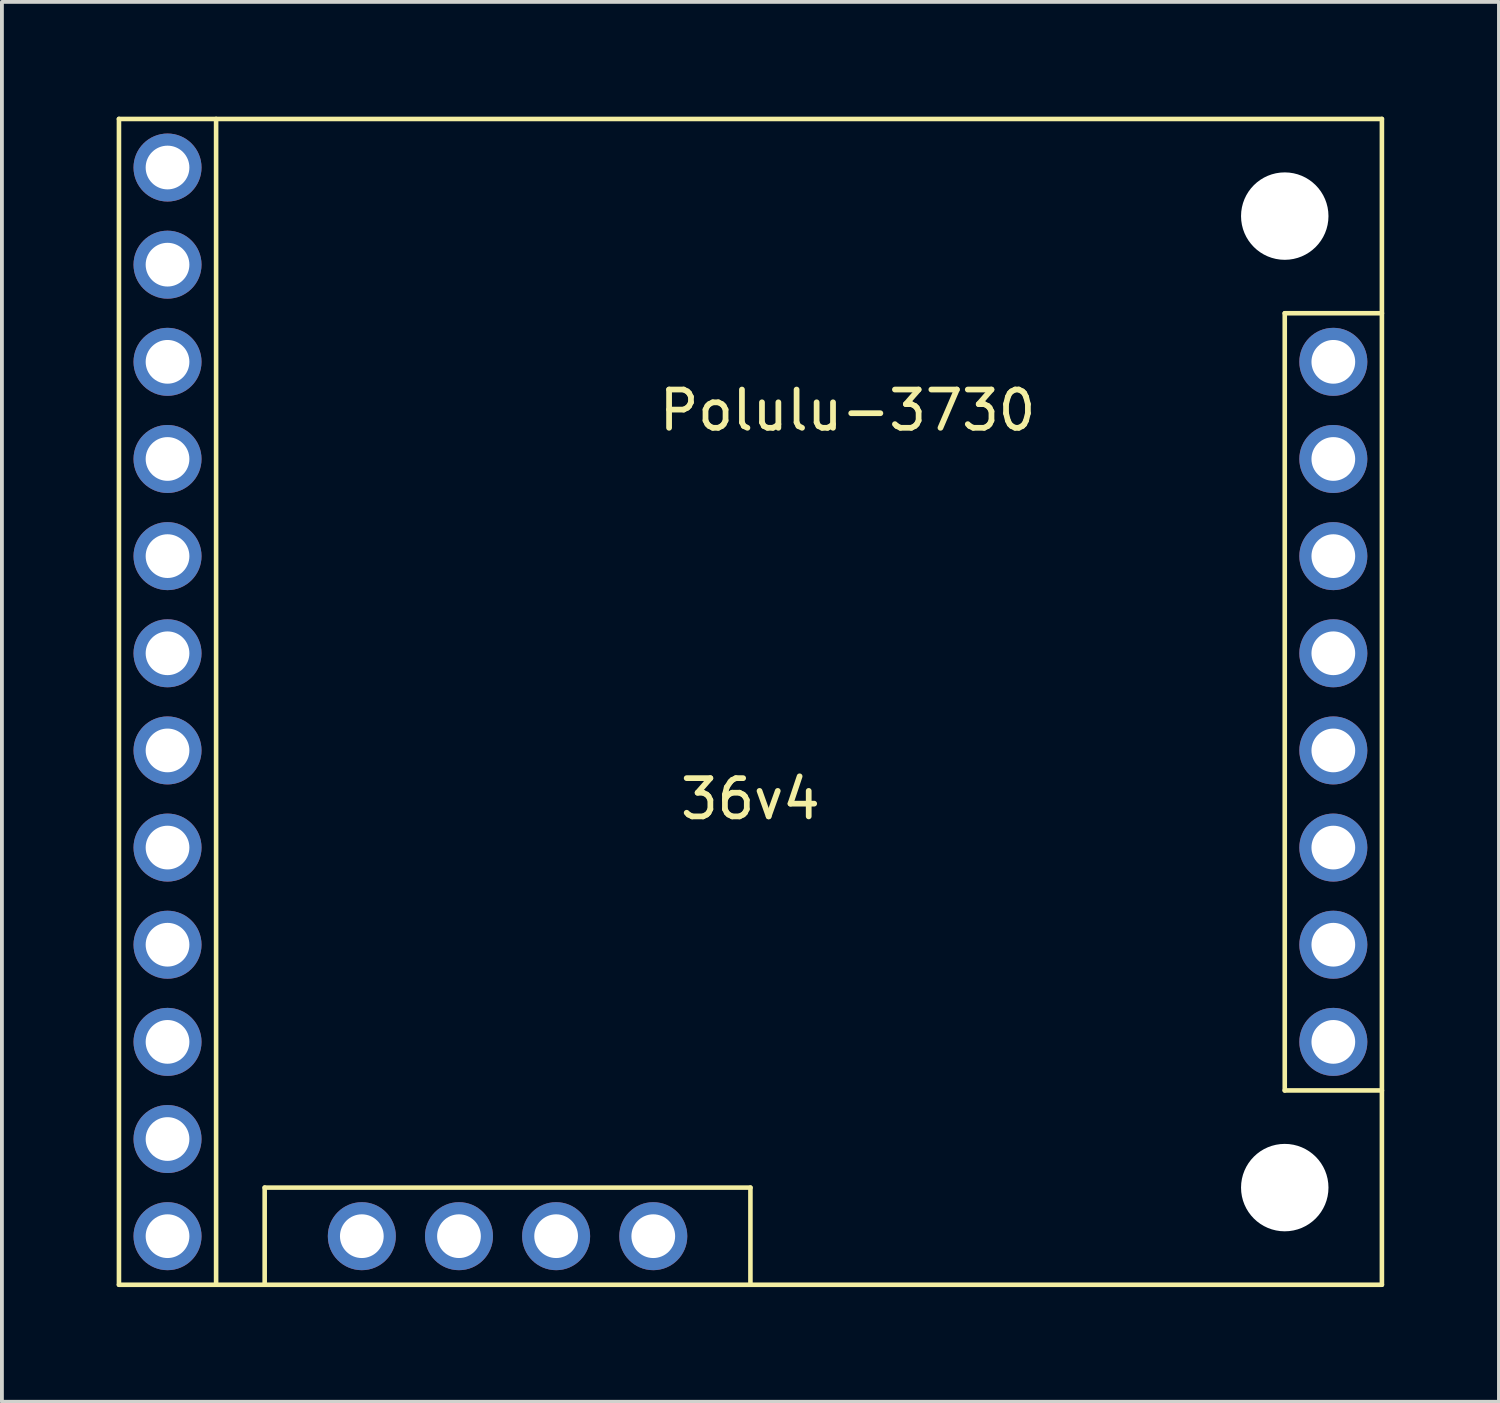
<source format=kicad_pcb>
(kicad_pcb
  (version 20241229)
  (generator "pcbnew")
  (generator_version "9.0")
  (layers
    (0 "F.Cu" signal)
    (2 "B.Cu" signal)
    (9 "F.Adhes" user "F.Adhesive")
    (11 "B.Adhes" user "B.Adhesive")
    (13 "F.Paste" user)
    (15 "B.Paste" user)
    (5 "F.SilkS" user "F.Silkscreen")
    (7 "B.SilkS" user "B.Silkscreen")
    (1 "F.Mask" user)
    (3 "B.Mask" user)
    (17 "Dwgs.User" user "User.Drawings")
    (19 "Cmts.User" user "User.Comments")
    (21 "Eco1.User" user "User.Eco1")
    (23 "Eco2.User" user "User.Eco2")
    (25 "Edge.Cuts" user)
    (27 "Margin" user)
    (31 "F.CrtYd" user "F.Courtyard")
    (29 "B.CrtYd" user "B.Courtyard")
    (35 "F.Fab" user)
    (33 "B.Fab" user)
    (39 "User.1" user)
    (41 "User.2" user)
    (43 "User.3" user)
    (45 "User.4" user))
  (footprint "Polulu-3730"
    (layer "F.Cu")
    (at 16.57 15.3)
    (property "Reference" "Polulu-3730" (at 2.54 -7.62 0) (layer "F.SilkS") (effects (font (size 1 1) (thickness 0.15))))
    (attr exclude_from_pos_files exclude_from_bom)
    (fp_line (start -16.51 -15.24) (end 16.51 -15.24) (stroke (width 0.12) (type solid)) (layer "F.SilkS"))
    (fp_line (start -16.51 15.24) (end -16.51 -15.24) (stroke (width 0.12) (type solid)) (layer "F.SilkS"))
    (fp_line (start -16.51 15.24) (end 16.51 15.24) (stroke (width 0.12) (type solid)) (layer "F.SilkS"))
    (fp_line (start -13.97 -15.24) (end -13.97 15.24) (stroke (width 0.12) (type solid)) (layer "F.SilkS"))
    (fp_line (start -12.7 12.7) (end -12.7 15.24) (stroke (width 0.12) (type solid)) (layer "F.SilkS"))
    (fp_line (start -12.7 12.7) (end 0 12.7) (stroke (width 0.12) (type solid)) (layer "F.SilkS"))
    (fp_line (start 0 12.7) (end 0 15.24) (stroke (width 0.12) (type solid)) (layer "F.SilkS"))
    (fp_line (start 13.97 -10.16) (end 13.97 10.16) (stroke (width 0.12) (type solid)) (layer "F.SilkS"))
    (fp_line (start 13.97 -10.16) (end 16.51 -10.16) (stroke (width 0.12) (type solid)) (layer "F.SilkS"))
    (fp_line (start 13.97 10.16) (end 16.51 10.16) (stroke (width 0.12) (type solid)) (layer "F.SilkS"))
    (fp_line (start 16.51 -15.24) (end 16.51 15.24) (stroke (width 0.12) (type solid)) (layer "F.SilkS"))
    (fp_text user "36v4" (at 0 2.54 0) (layer "F.SilkS") (effects (font (size 1 1) (thickness 0.15))))
    (pad "" np_thru_hole circle (at 13.97 -12.7) (size 2.286 2.286) (drill 2.286) (layers "*.Cu" "*.Mask"))
    (pad "" np_thru_hole circle (at 13.97 12.7) (size 2.286 2.286) (drill 2.286) (layers "*.Cu" "*.Mask"))
    (pad "1" thru_hole circle (at -15.24 -13.97) (size 1.778 1.778) (drill 1.143) (layers "*.Cu" "*.Mask"))
    (pad "2" thru_hole circle (at -15.24 -11.43) (size 1.778 1.778) (drill 1.143) (layers "*.Cu" "*.Mask"))
    (pad "3" thru_hole circle (at -15.24 -8.89) (size 1.778 1.778) (drill 1.143) (layers "*.Cu" "*.Mask"))
    (pad "4" thru_hole circle (at -15.24 -6.35) (size 1.778 1.778) (drill 1.143) (layers "*.Cu" "*.Mask"))
    (pad "5" thru_hole circle (at -15.24 -3.81) (size 1.778 1.778) (drill 1.143) (layers "*.Cu" "*.Mask"))
    (pad "6" thru_hole circle (at -15.24 -1.27) (size 1.778 1.778) (drill 1.143) (layers "*.Cu" "*.Mask"))
    (pad "7" thru_hole circle (at -15.24 1.27) (size 1.778 1.778) (drill 1.143) (layers "*.Cu" "*.Mask"))
    (pad "8" thru_hole circle (at -15.24 3.81) (size 1.778 1.778) (drill 1.143) (layers "*.Cu" "*.Mask"))
    (pad "9" thru_hole circle (at -15.24 6.35) (size 1.778 1.778) (drill 1.143) (layers "*.Cu" "*.Mask"))
    (pad "10" thru_hole circle (at -15.24 8.89) (size 1.778 1.778) (drill 1.143) (layers "*.Cu" "*.Mask"))
    (pad "11" thru_hole circle (at -15.24 11.43) (size 1.778 1.778) (drill 1.143) (layers "*.Cu" "*.Mask"))
    (pad "12" thru_hole circle (at -15.24 13.97) (size 1.778 1.778) (drill 1.143) (layers "*.Cu" "*.Mask"))
    (pad "13" thru_hole circle (at -10.16 13.97) (size 1.778 1.778) (drill 1.143) (layers "*.Cu" "*.Mask"))
    (pad "14" thru_hole circle (at -7.62 13.97) (size 1.778 1.778) (drill 1.143) (layers "*.Cu" "*.Mask"))
    (pad "15" thru_hole circle (at -5.08 13.97) (size 1.778 1.778) (drill 1.143) (layers "*.Cu" "*.Mask"))
    (pad "16" thru_hole circle (at -2.54 13.97) (size 1.778 1.778) (drill 1.143) (layers "*.Cu" "*.Mask"))
    (pad "17" thru_hole circle (at 15.24 8.89) (size 1.778 1.778) (drill 1.143) (layers "*.Cu" "*.Mask"))
    (pad "18" thru_hole circle (at 15.24 6.35) (size 1.778 1.778) (drill 1.143) (layers "*.Cu" "*.Mask"))
    (pad "19" thru_hole circle (at 15.24 3.81) (size 1.778 1.778) (drill 1.143) (layers "*.Cu" "*.Mask"))
    (pad "20" thru_hole circle (at 15.24 1.27) (size 1.778 1.778) (drill 1.143) (layers "*.Cu" "*.Mask"))
    (pad "21" thru_hole circle (at 15.24 -1.27) (size 1.778 1.778) (drill 1.143) (layers "*.Cu" "*.Mask"))
    (pad "22" thru_hole circle (at 15.24 -3.81) (size 1.778 1.778) (drill 1.143) (layers "*.Cu" "*.Mask"))
    (pad "23" thru_hole circle (at 15.24 -6.35) (size 1.778 1.778) (drill 1.143) (layers "*.Cu" "*.Mask"))
    (pad "24" thru_hole circle (at 15.24 -8.89) (size 1.778 1.778) (drill 1.143) (layers "*.Cu" "*.Mask")))
  (gr_rect
    (start -3 -3)
    (end 36.14 33.6)
    (stroke (width 0.1) (type default))
    (fill no)
    (layer "Edge.Cuts")))
</source>
